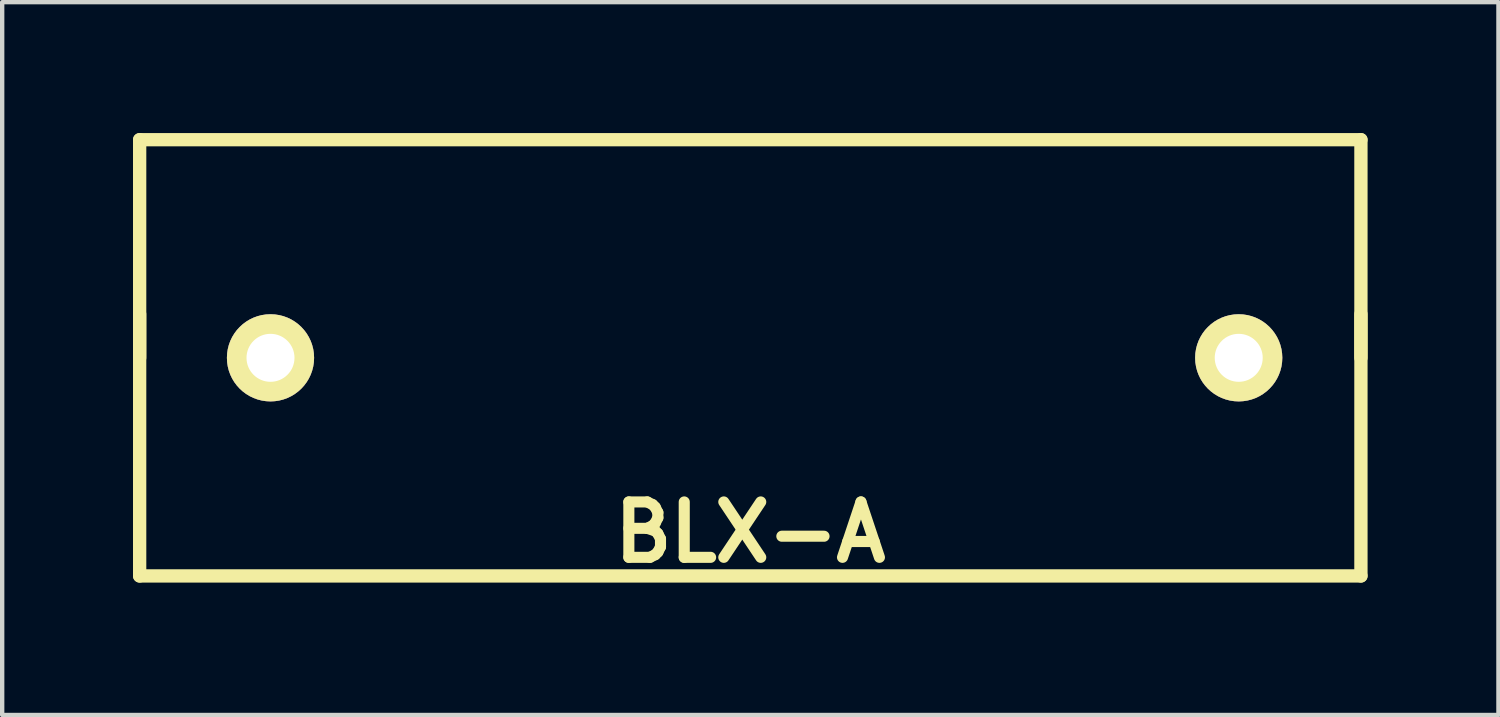
<source format=kicad_pcb>
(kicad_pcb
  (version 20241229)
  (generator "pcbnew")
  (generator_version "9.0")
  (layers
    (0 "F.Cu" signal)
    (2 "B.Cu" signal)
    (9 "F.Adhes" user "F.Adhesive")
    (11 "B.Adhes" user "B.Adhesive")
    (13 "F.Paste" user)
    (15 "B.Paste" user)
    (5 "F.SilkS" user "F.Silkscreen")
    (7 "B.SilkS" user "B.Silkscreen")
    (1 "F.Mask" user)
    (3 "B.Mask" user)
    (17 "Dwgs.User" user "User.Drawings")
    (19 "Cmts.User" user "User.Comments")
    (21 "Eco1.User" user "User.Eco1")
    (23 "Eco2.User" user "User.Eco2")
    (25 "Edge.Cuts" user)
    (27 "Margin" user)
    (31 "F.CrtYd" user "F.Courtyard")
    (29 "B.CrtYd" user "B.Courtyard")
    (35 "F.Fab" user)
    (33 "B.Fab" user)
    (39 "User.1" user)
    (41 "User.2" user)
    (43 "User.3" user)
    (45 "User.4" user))
  (footprint "BLX-A"
    (layer "F.Cu")
    (at 14.15 5.154)
    (property "Reference" "BLX-A" (at 0 4 0) (layer "F.SilkS") (effects (font (size 1.27 1.27) (thickness 0.254))))
    (attr through_hole)
    (fp_line (start -13.998 -5.001) (end 14.003 -5.001) (stroke (width 0.305) (type solid)) (layer "F.SilkS"))
    (fp_line (start -13.998 0) (end -13.998 -1.001) (stroke (width 0.305) (type solid)) (layer "F.SilkS"))
    (fp_line (start -13.998 5.001) (end -13.998 -5.001) (stroke (width 0.305) (type solid)) (layer "F.SilkS"))
    (fp_line (start 14.003 -5.001) (end 14.003 5.001) (stroke (width 0.305) (type solid)) (layer "F.SilkS"))
    (fp_line (start 14.003 0) (end 14.003 -1.001) (stroke (width 0.305) (type solid)) (layer "F.SilkS"))
    (fp_line (start 14.003 5.001) (end -13.998 5.001) (stroke (width 0.305) (type solid)) (layer "F.SilkS"))
    (pad "1" thru_hole circle (at -10.998 0) (size 1.999 1.999) (drill 1.1) (layers "*.Cu" "*.Mask" "F.SilkS"))
    (pad "2" thru_hole circle (at 11.201 0) (size 1.999 1.999) (drill 1.1) (layers "*.Cu" "*.Mask" "F.SilkS")))
  (gr_rect
    (start -3 -3)
    (end 31.306 13.343)
    (stroke (width 0.1) (type default))
    (fill no)
    (layer "Edge.Cuts")))
</source>
